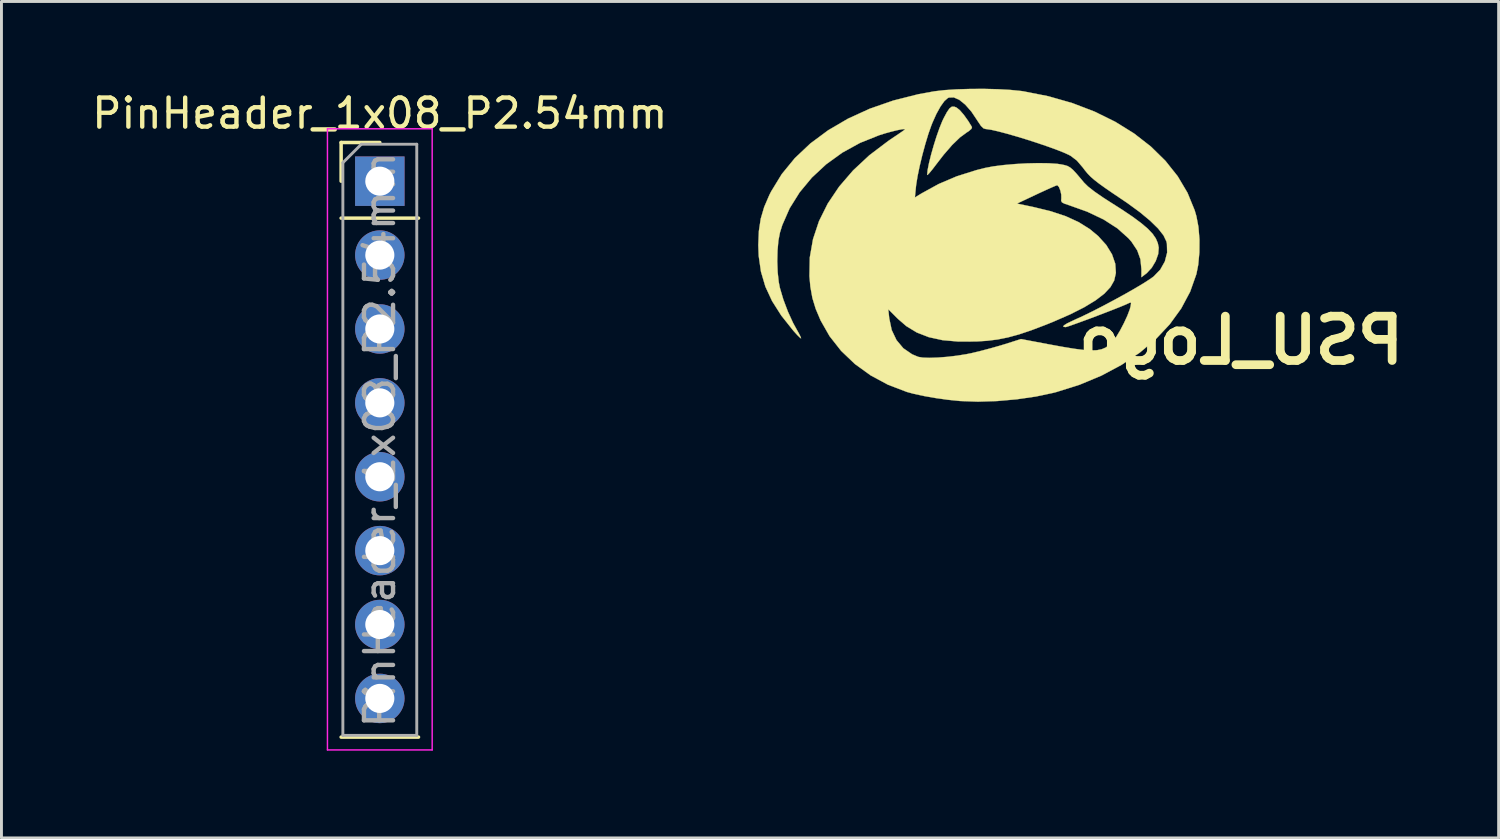
<source format=kicad_pcb>
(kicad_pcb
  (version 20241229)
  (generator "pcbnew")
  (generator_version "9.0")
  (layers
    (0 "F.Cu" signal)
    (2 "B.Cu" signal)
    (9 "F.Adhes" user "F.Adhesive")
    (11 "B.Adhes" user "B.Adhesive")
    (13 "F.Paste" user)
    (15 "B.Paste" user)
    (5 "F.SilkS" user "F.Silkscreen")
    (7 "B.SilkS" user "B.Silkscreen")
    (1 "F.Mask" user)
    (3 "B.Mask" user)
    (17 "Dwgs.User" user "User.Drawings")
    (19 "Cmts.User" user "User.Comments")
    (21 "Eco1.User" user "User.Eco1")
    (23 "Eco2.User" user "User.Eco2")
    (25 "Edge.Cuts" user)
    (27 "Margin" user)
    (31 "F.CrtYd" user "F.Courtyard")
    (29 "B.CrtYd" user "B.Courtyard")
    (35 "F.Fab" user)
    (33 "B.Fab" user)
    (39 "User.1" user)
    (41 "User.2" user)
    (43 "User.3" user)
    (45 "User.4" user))
  (footprint "PinHeader_1x08_P2.54mm"
    (layer "F.Cu")
    (at 10.006 3.178)
    (property "Reference" "PinHeader_1x08_P2.54mm" (at 0 -2.33 0) (layer "F.SilkS") (effects (font (size 1 1) (thickness 0.15))))
    (attr through_hole)
    (fp_line (start -1.33 -1.33) (end 0 -1.33) (stroke (width 0.12) (type solid)) (layer "F.SilkS"))
    (fp_line (start -1.33 0) (end -1.33 -1.33) (stroke (width 0.12) (type solid)) (layer "F.SilkS"))
    (fp_line (start -1.33 1.27) (end 1.33 1.27) (stroke (width 0.12) (type solid)) (layer "F.SilkS"))
    (fp_line (start -1.33 19.11) (end 1.33 19.11) (stroke (width 0.12) (type solid)) (layer "F.SilkS"))
    (fp_line (start -1.8 -1.8) (end -1.8 19.55) (stroke (width 0.05) (type solid)) (layer "F.CrtYd"))
    (fp_line (start -1.8 19.55) (end 1.8 19.55) (stroke (width 0.05) (type solid)) (layer "F.CrtYd"))
    (fp_line (start 1.8 -1.8) (end -1.8 -1.8) (stroke (width 0.05) (type solid)) (layer "F.CrtYd"))
    (fp_line (start 1.8 19.55) (end 1.8 -1.8) (stroke (width 0.05) (type solid)) (layer "F.CrtYd"))
    (fp_line (start -1.27 -0.635) (end -0.635 -1.27) (stroke (width 0.1) (type solid)) (layer "F.Fab"))
    (fp_line (start -1.27 19.05) (end -1.27 -0.635) (stroke (width 0.1) (type solid)) (layer "F.Fab"))
    (fp_line (start -0.635 -1.27) (end 1.27 -1.27) (stroke (width 0.1) (type solid)) (layer "F.Fab"))
    (fp_line (start 1.27 -1.27) (end 1.27 19.05) (stroke (width 0.1) (type solid)) (layer "F.Fab"))
    (fp_line (start 1.27 19.05) (end -1.27 19.05) (stroke (width 0.1) (type solid)) (layer "F.Fab"))
    (fp_text user "${REFERENCE}" (at 0 8.89 90) (layer "F.Fab") (effects (font (size 1 1) (thickness 0.15))))
    (pad "1" thru_hole rect (at 0 0) (size 1.7 1.7) (drill 1) (layers "*.Cu" "*.Mask"))
    (pad "2" thru_hole oval (at 0 2.54) (size 1.7 1.7) (drill 1) (layers "*.Cu" "*.Mask"))
    (pad "3" thru_hole oval (at 0 5.08) (size 1.7 1.7) (drill 1) (layers "*.Cu" "*.Mask"))
    (pad "4" thru_hole oval (at 0 7.62) (size 1.7 1.7) (drill 1) (layers "*.Cu" "*.Mask"))
    (pad "5" thru_hole oval (at 0 10.16) (size 1.7 1.7) (drill 1) (layers "*.Cu" "*.Mask"))
    (pad "6" thru_hole oval (at 0 12.7) (size 1.7 1.7) (drill 1) (layers "*.Cu" "*.Mask"))
    (pad "7" thru_hole oval (at 0 15.24) (size 1.7 1.7) (drill 1) (layers "*.Cu" "*.Mask"))
    (pad "8" thru_hole oval (at 0 17.78) (size 1.7 1.7) (drill 1) (layers "*.Cu" "*.Mask")))
  (footprint "PSU_Logo"
    (layer "F.Cu")
    (at 30.852 5.667)
    (property "Reference" "PSU_Logo" (at 8.763 2.985 180) (layer "F.SilkS") (effects (font (size 1.524 1.524) (thickness 0.3)) (justify mirror)))
    (attr through_hole)
    (fp_poly (pts (xy -1.019 -5.018) (xy -0.908 -4.928) (xy -0.768 -4.766) (xy -0.615 -4.551) (xy -0.491 -4.348) (xy -0.51 -4.288) (xy -0.608 -4.204) (xy -0.674 -4.163) (xy -0.904 -3.993) (xy -1.17 -3.736) (xy -1.464 -3.397) (xy -1.718 -3.069) (xy -1.846 -2.901) (xy -1.95 -2.775) (xy -2.015 -2.707) (xy -2.032 -2.703) (xy -2.015 -2.873) (xy -1.967 -3.114) (xy -1.895 -3.403) (xy -1.807 -3.714) (xy -1.709 -4.026) (xy -1.608 -4.313) (xy -1.511 -4.553) (xy -1.469 -4.642) (xy -1.355 -4.856) (xy -1.265 -4.988) (xy -1.185 -5.049) (xy -1.1 -5.051) (xy -1.019 -5.018)) (stroke (width 0.01) (type solid)) (fill yes) (layer "F.SilkS"))
    (fp_poly (pts (xy 0.402 -5.65) (xy 0.834 -5.626) (xy 1.199 -5.589) (xy 1.27 -5.579) (xy 2.137 -5.408) (xy 2.957 -5.174) (xy 3.725 -4.88) (xy 4.434 -4.531) (xy 5.08 -4.13) (xy 5.656 -3.682) (xy 6.158 -3.19) (xy 6.581 -2.658) (xy 6.918 -2.09) (xy 7.164 -1.49) (xy 7.223 -1.289) (xy 7.294 -0.916) (xy 7.329 -0.487) (xy 7.326 -0.041) (xy 7.287 0.383) (xy 7.223 0.705) (xy 7.009 1.31) (xy 6.701 1.887) (xy 6.306 2.432) (xy 5.829 2.94) (xy 5.275 3.406) (xy 4.65 3.825) (xy 3.96 4.194) (xy 3.211 4.507) (xy 2.407 4.76) (xy 2.303 4.787) (xy 1.703 4.914) (xy 1.047 5.009) (xy 0.372 5.069) (xy -0.285 5.09) (xy -0.89 5.068) (xy -0.914 5.066) (xy -1.318 5.025) (xy -1.738 4.966) (xy -2.143 4.895) (xy -2.502 4.817) (xy -2.73 4.755) (xy -3.377 4.508) (xy -3.975 4.186) (xy -4.516 3.795) (xy -4.989 3.343) (xy -5.386 2.838) (xy -5.693 2.299) (xy -5.857 1.912) (xy -3.368 1.912) (xy -3.335 2.224) (xy -3.25 2.628) (xy -3.086 2.973) (xy -2.851 3.254) (xy -2.548 3.462) (xy -2.337 3.55) (xy -2.182 3.576) (xy -1.949 3.584) (xy -1.661 3.574) (xy -1.34 3.549) (xy -1.009 3.51) (xy -0.688 3.459) (xy -0.495 3.42) (xy -0.186 3.345) (xy 0.157 3.254) (xy 0.484 3.161) (xy 0.648 3.111) (xy 1.194 2.938) (xy 2.129 3.115) (xy 2.616 3.204) (xy 3.015 3.27) (xy 3.339 3.312) (xy 3.598 3.329) (xy 3.806 3.321) (xy 3.972 3.287) (xy 4.109 3.228) (xy 4.229 3.142) (xy 4.343 3.029) (xy 4.347 3.025) (xy 4.466 2.866) (xy 4.6 2.644) (xy 4.733 2.39) (xy 4.85 2.137) (xy 4.934 1.917) (xy 4.961 1.815) (xy 4.978 1.707) (xy 4.957 1.679) (xy 4.885 1.71) (xy 4.789 1.754) (xy 4.621 1.824) (xy 4.399 1.912) (xy 4.14 2.013) (xy 3.86 2.12) (xy 3.578 2.227) (xy 3.309 2.326) (xy 3.072 2.412) (xy 2.884 2.479) (xy 2.76 2.519) (xy 2.722 2.527) (xy 2.647 2.513) (xy 2.669 2.469) (xy 2.787 2.395) (xy 3.003 2.293) (xy 3.035 2.278) (xy 3.336 2.14) (xy 3.677 1.973) (xy 4.042 1.785) (xy 4.414 1.587) (xy 4.776 1.388) (xy 5.111 1.197) (xy 5.401 1.024) (xy 5.629 0.877) (xy 5.75 0.791) (xy 5.98 0.554) (xy 6.139 0.272) (xy 6.218 -0.033) (xy 6.21 -0.34) (xy 6.192 -0.419) (xy 6.094 -0.625) (xy 5.906 -0.864) (xy 5.632 -1.132) (xy 5.277 -1.426) (xy 4.846 -1.741) (xy 4.699 -1.84) (xy 4.356 -2.071) (xy 4.086 -2.257) (xy 3.877 -2.407) (xy 3.716 -2.532) (xy 3.59 -2.642) (xy 3.488 -2.747) (xy 3.396 -2.857) (xy 3.32 -2.958) (xy 3.115 -3.198) (xy 2.9 -3.361) (xy 2.846 -3.39) (xy 2.653 -3.478) (xy 2.393 -3.58) (xy 2.084 -3.691) (xy 1.744 -3.807) (xy 1.39 -3.921) (xy 1.039 -4.028) (xy 0.708 -4.123) (xy 0.416 -4.2) (xy 0.18 -4.254) (xy 0.018 -4.279) (xy -0.01 -4.28) (xy -0.093 -4.304) (xy -0.181 -4.388) (xy -0.288 -4.547) (xy -0.303 -4.571) (xy -0.511 -4.881) (xy -0.722 -5.121) (xy -0.926 -5.286) (xy -1.115 -5.369) (xy -1.282 -5.364) (xy -1.322 -5.346) (xy -1.44 -5.242) (xy -1.574 -5.055) (xy -1.715 -4.801) (xy -1.853 -4.493) (xy -1.886 -4.409) (xy -1.99 -4.115) (xy -2.096 -3.764) (xy -2.199 -3.384) (xy -2.29 -3.005) (xy -2.362 -2.657) (xy -2.409 -2.366) (xy -2.416 -2.304) (xy -2.453 -1.929) (xy -2.23 -2.065) (xy -1.635 -2.392) (xy -1.013 -2.657) (xy -0.336 -2.87) (xy -0.051 -2.942) (xy 0.241 -2.998) (xy 0.597 -3.043) (xy 0.99 -3.078) (xy 1.396 -3.101) (xy 1.79 -3.11) (xy 2.147 -3.105) (xy 2.443 -3.085) (xy 2.565 -3.067) (xy 2.694 -3.041) (xy 2.795 -3.01) (xy 2.885 -2.959) (xy 2.982 -2.877) (xy 3.101 -2.749) (xy 3.259 -2.563) (xy 3.36 -2.441) (xy 3.501 -2.303) (xy 3.722 -2.13) (xy 4.013 -1.929) (xy 4.224 -1.793) (xy 4.672 -1.508) (xy 5.038 -1.261) (xy 5.328 -1.046) (xy 5.552 -0.856) (xy 5.716 -0.683) (xy 5.829 -0.52) (xy 5.897 -0.36) (xy 5.929 -0.204) (xy 5.911 0.014) (xy 5.826 0.255) (xy 5.69 0.485) (xy 5.52 0.67) (xy 5.499 0.686) (xy 5.334 0.813) (xy 5.334 0.536) (xy 5.3 0.195) (xy 5.19 -0.111) (xy 4.995 -0.405) (xy 4.891 -0.524) (xy 4.512 -0.865) (xy 4.037 -1.171) (xy 3.469 -1.441) (xy 2.842 -1.665) (xy 2.684 -1.718) (xy 2.602 -1.762) (xy 2.575 -1.819) (xy 2.581 -1.899) (xy 2.579 -2.027) (xy 2.548 -2.168) (xy 2.5 -2.287) (xy 2.446 -2.348) (xy 2.436 -2.349) (xy 2.378 -2.329) (xy 2.245 -2.272) (xy 2.056 -2.187) (xy 1.827 -2.082) (xy 1.725 -2.034) (xy 1.056 -1.719) (xy 1.607 -1.604) (xy 2.213 -1.457) (xy 2.732 -1.285) (xy 3.177 -1.081) (xy 3.559 -0.842) (xy 3.845 -0.605) (xy 4.125 -0.296) (xy 4.323 0.026) (xy 4.435 0.35) (xy 4.456 0.665) (xy 4.397 0.927) (xy 4.27 1.151) (xy 4.059 1.377) (xy 3.759 1.607) (xy 3.369 1.844) (xy 2.886 2.088) (xy 2.305 2.342) (xy 2.033 2.452) (xy 1.546 2.637) (xy 1.125 2.778) (xy 0.746 2.881) (xy 0.386 2.953) (xy 0.021 2.998) (xy -0.335 3.021) (xy -0.957 3.024) (xy -1.5 2.976) (xy -1.973 2.873) (xy -2.386 2.713) (xy -2.748 2.493) (xy -3.034 2.246) (xy -3.368 1.912) (xy -5.857 1.912) (xy -5.862 1.901) (xy -5.976 1.528) (xy -6.046 1.137) (xy -6.078 0.775) (xy -6.066 0.136) (xy -5.955 -0.496) (xy -5.749 -1.115) (xy -5.449 -1.718) (xy -5.058 -2.3) (xy -4.58 -2.856) (xy -4.017 -3.381) (xy -3.371 -3.87) (xy -3.277 -3.935) (xy -3.088 -4.061) (xy -2.932 -4.167) (xy -2.828 -4.24) (xy -2.794 -4.266) (xy -2.81 -4.281) (xy -2.905 -4.272) (xy -3.059 -4.242) (xy -3.252 -4.195) (xy -3.467 -4.136) (xy -3.679 -4.07) (xy -4.336 -3.807) (xy -4.947 -3.471) (xy -5.502 -3.07) (xy -5.995 -2.612) (xy -6.416 -2.105) (xy -6.758 -1.558) (xy -7.012 -0.978) (xy -7.092 -0.721) (xy -7.145 -0.445) (xy -7.175 -0.104) (xy -7.184 0.269) (xy -7.17 0.642) (xy -7.133 0.979) (xy -7.095 1.174) (xy -6.976 1.576) (xy -6.818 1.995) (xy -6.639 2.386) (xy -6.523 2.597) (xy -6.438 2.749) (xy -6.381 2.863) (xy -6.365 2.915) (xy -6.366 2.915) (xy -6.405 2.889) (xy -6.493 2.803) (xy -6.611 2.673) (xy -6.638 2.642) (xy -7.046 2.129) (xy -7.362 1.631) (xy -7.593 1.133) (xy -7.744 0.621) (xy -7.822 0.08) (xy -7.836 -0.292) (xy -7.816 -0.774) (xy -7.752 -1.198) (xy -7.634 -1.6) (xy -7.454 -2.018) (xy -7.394 -2.135) (xy -7.03 -2.731) (xy -6.579 -3.282) (xy -6.045 -3.786) (xy -5.434 -4.239) (xy -4.752 -4.638) (xy -4.004 -4.98) (xy -3.195 -5.261) (xy -2.331 -5.479) (xy -1.778 -5.579) (xy -1.432 -5.619) (xy -1.013 -5.646) (xy -0.549 -5.66) (xy -0.068 -5.662) (xy 0.402 -5.65)) (stroke (width 0.01) (type solid)) (fill yes) (layer "F.SilkS")))
  (gr_rect
    (start -3 -3)
    (end 48.465 25.753)
    (stroke (width 0.1) (type default))
    (fill no)
    (layer "Edge.Cuts")))
</source>
